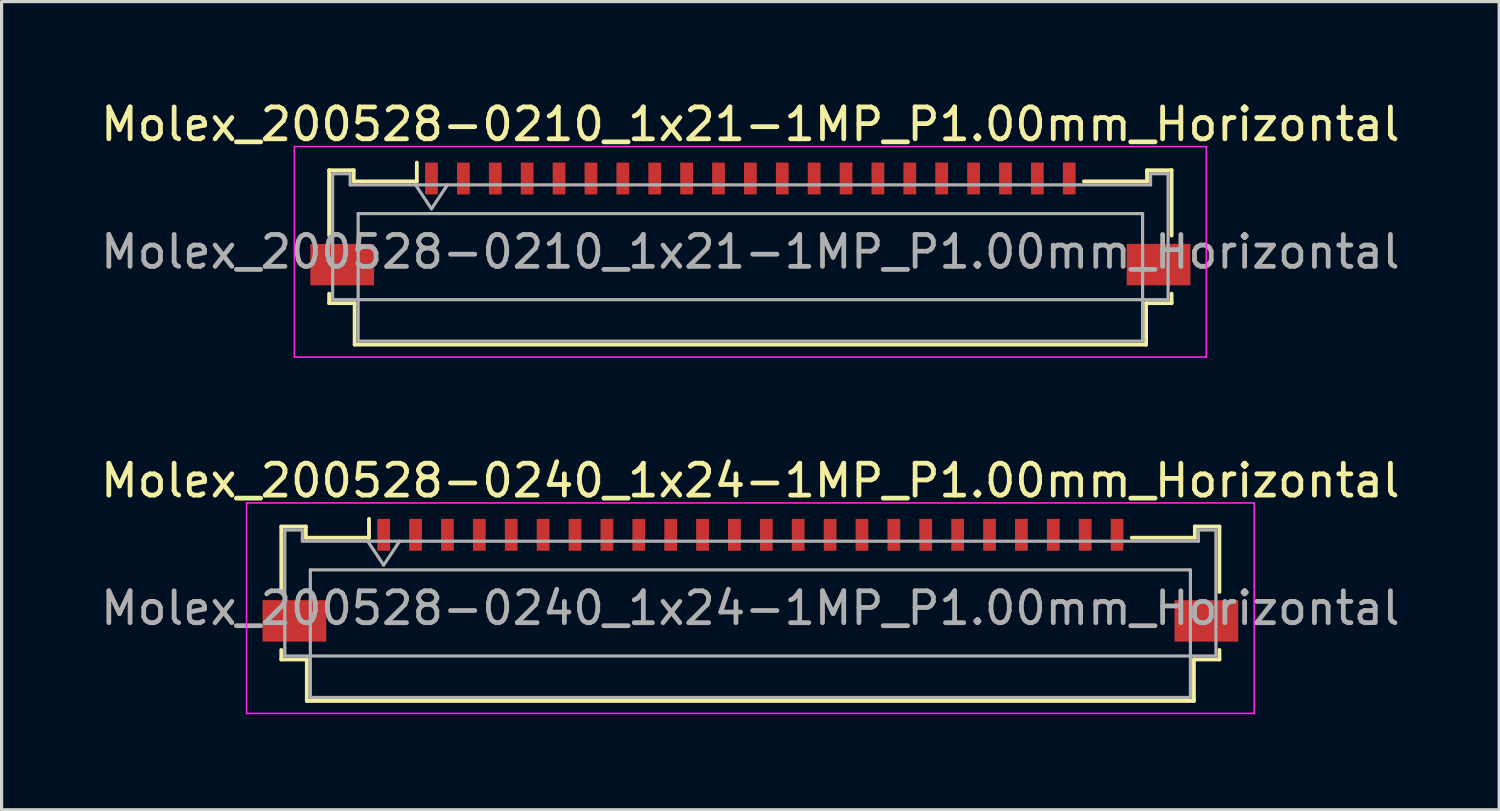
<source format=kicad_pcb>
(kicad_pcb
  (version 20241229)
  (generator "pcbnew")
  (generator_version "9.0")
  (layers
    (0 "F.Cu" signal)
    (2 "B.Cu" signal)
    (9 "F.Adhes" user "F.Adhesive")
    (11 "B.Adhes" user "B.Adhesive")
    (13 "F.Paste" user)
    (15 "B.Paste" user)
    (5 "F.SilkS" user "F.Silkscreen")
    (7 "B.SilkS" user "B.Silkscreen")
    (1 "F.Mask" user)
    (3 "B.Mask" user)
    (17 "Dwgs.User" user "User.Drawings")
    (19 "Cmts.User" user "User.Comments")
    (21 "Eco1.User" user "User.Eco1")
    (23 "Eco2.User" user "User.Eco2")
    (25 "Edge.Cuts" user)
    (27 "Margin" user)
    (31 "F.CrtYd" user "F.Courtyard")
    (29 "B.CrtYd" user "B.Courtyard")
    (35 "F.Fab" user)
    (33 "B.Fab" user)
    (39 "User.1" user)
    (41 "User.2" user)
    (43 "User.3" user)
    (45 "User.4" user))
  (footprint "Molex_200528-0240_1x24-1MP_P1.00mm_Horizontal"
    (layer "F.Cu")
    (at 20.482 14.632)
    (property "Reference" "Molex_200528-0240_1x24-1MP_P1.00mm_Horizontal" (at 0 -2.61 0) (layer "F.SilkS") (effects (font (size 1 1) (thickness 0.15))))
    (attr smd)
    (fp_line (start -14.71 -1.17) (end -14.71 0.88) (stroke (width 0.12) (type solid)) (layer "F.SilkS"))
    (fp_line (start -14.71 2.7) (end -14.71 3) (stroke (width 0.12) (type solid)) (layer "F.SilkS"))
    (fp_line (start -14.71 3) (end -13.91 3) (stroke (width 0.12) (type solid)) (layer "F.SilkS"))
    (fp_line (start -13.94 -1.17) (end -14.71 -1.17) (stroke (width 0.12) (type solid)) (layer "F.SilkS"))
    (fp_line (start -13.94 -0.82) (end -13.94 -1.17) (stroke (width 0.12) (type solid)) (layer "F.SilkS"))
    (fp_line (start -13.91 3) (end -13.91 4.3) (stroke (width 0.12) (type solid)) (layer "F.SilkS"))
    (fp_line (start -13.91 4.3) (end 13.91 4.3) (stroke (width 0.12) (type solid)) (layer "F.SilkS"))
    (fp_line (start -11.96 -1.41) (end -11.96 -0.82) (stroke (width 0.12) (type solid)) (layer "F.SilkS"))
    (fp_line (start -11.96 -0.82) (end -13.94 -0.82) (stroke (width 0.12) (type solid)) (layer "F.SilkS"))
    (fp_line (start 13.91 3) (end 14.71 3) (stroke (width 0.12) (type solid)) (layer "F.SilkS"))
    (fp_line (start 13.91 4.3) (end 13.91 3) (stroke (width 0.12) (type solid)) (layer "F.SilkS"))
    (fp_line (start 13.94 -1.17) (end 13.94 -0.82) (stroke (width 0.12) (type solid)) (layer "F.SilkS"))
    (fp_line (start 13.94 -0.82) (end 11.96 -0.82) (stroke (width 0.12) (type solid)) (layer "F.SilkS"))
    (fp_line (start 14.71 -1.17) (end 13.94 -1.17) (stroke (width 0.12) (type solid)) (layer "F.SilkS"))
    (fp_line (start 14.71 0.88) (end 14.71 -1.17) (stroke (width 0.12) (type solid)) (layer "F.SilkS"))
    (fp_line (start 14.71 3) (end 14.71 2.7) (stroke (width 0.12) (type solid)) (layer "F.SilkS"))
    (fp_line (start -15.8 -1.91) (end -15.8 4.69) (stroke (width 0.05) (type solid)) (layer "F.CrtYd"))
    (fp_line (start -15.8 4.69) (end 15.8 4.69) (stroke (width 0.05) (type solid)) (layer "F.CrtYd"))
    (fp_line (start 15.8 -1.91) (end -15.8 -1.91) (stroke (width 0.05) (type solid)) (layer "F.CrtYd"))
    (fp_line (start 15.8 4.69) (end 15.8 -1.91) (stroke (width 0.05) (type solid)) (layer "F.CrtYd"))
    (fp_line (start -14.6 -1.06) (end -14.6 2.89) (stroke (width 0.1) (type solid)) (layer "F.Fab"))
    (fp_line (start -14.6 2.89) (end 14.6 2.89) (stroke (width 0.1) (type solid)) (layer "F.Fab"))
    (fp_line (start -14.05 -1.06) (end -14.6 -1.06) (stroke (width 0.1) (type solid)) (layer "F.Fab"))
    (fp_line (start -14.05 -0.71) (end -14.05 -1.06) (stroke (width 0.1) (type solid)) (layer "F.Fab"))
    (fp_line (start -13.8 0.19) (end -13.8 4.19) (stroke (width 0.1) (type solid)) (layer "F.Fab"))
    (fp_line (start -13.8 4.19) (end 13.8 4.19) (stroke (width 0.1) (type solid)) (layer "F.Fab"))
    (fp_line (start -12 -0.71) (end -11.5 0.04) (stroke (width 0.1) (type solid)) (layer "F.Fab"))
    (fp_line (start -11.5 0.04) (end -11 -0.71) (stroke (width 0.1) (type solid)) (layer "F.Fab"))
    (fp_line (start 13.8 0.19) (end -13.8 0.19) (stroke (width 0.1) (type solid)) (layer "F.Fab"))
    (fp_line (start 13.8 4.19) (end 13.8 0.19) (stroke (width 0.1) (type solid)) (layer "F.Fab"))
    (fp_line (start 14.05 -1.06) (end 14.05 -0.71) (stroke (width 0.1) (type solid)) (layer "F.Fab"))
    (fp_line (start 14.05 -0.71) (end -14.05 -0.71) (stroke (width 0.1) (type solid)) (layer "F.Fab"))
    (fp_line (start 14.6 -1.06) (end 14.05 -1.06) (stroke (width 0.1) (type solid)) (layer "F.Fab"))
    (fp_line (start 14.6 2.89) (end 14.6 -1.06) (stroke (width 0.1) (type solid)) (layer "F.Fab"))
    (fp_text user "${REFERENCE}" (at 0 1.39 0) (layer "F.Fab") (effects (font (size 1 1) (thickness 0.15))))
    (pad "1" smd rect (at -11.5 -0.91) (size 0.4 1) (layers "F.Cu" "F.Mask" "F.Paste"))
    (pad "2" smd rect (at -10.5 -0.91) (size 0.4 1) (layers "F.Cu" "F.Mask" "F.Paste"))
    (pad "3" smd rect (at -9.5 -0.91) (size 0.4 1) (layers "F.Cu" "F.Mask" "F.Paste"))
    (pad "4" smd rect (at -8.5 -0.91) (size 0.4 1) (layers "F.Cu" "F.Mask" "F.Paste"))
    (pad "5" smd rect (at -7.5 -0.91) (size 0.4 1) (layers "F.Cu" "F.Mask" "F.Paste"))
    (pad "6" smd rect (at -6.5 -0.91) (size 0.4 1) (layers "F.Cu" "F.Mask" "F.Paste"))
    (pad "7" smd rect (at -5.5 -0.91) (size 0.4 1) (layers "F.Cu" "F.Mask" "F.Paste"))
    (pad "8" smd rect (at -4.5 -0.91) (size 0.4 1) (layers "F.Cu" "F.Mask" "F.Paste"))
    (pad "9" smd rect (at -3.5 -0.91) (size 0.4 1) (layers "F.Cu" "F.Mask" "F.Paste"))
    (pad "10" smd rect (at -2.5 -0.91) (size 0.4 1) (layers "F.Cu" "F.Mask" "F.Paste"))
    (pad "11" smd rect (at -1.5 -0.91) (size 0.4 1) (layers "F.Cu" "F.Mask" "F.Paste"))
    (pad "12" smd rect (at -0.5 -0.91) (size 0.4 1) (layers "F.Cu" "F.Mask" "F.Paste"))
    (pad "13" smd rect (at 0.5 -0.91) (size 0.4 1) (layers "F.Cu" "F.Mask" "F.Paste"))
    (pad "14" smd rect (at 1.5 -0.91) (size 0.4 1) (layers "F.Cu" "F.Mask" "F.Paste"))
    (pad "15" smd rect (at 2.5 -0.91) (size 0.4 1) (layers "F.Cu" "F.Mask" "F.Paste"))
    (pad "16" smd rect (at 3.5 -0.91) (size 0.4 1) (layers "F.Cu" "F.Mask" "F.Paste"))
    (pad "17" smd rect (at 4.5 -0.91) (size 0.4 1) (layers "F.Cu" "F.Mask" "F.Paste"))
    (pad "18" smd rect (at 5.5 -0.91) (size 0.4 1) (layers "F.Cu" "F.Mask" "F.Paste"))
    (pad "19" smd rect (at 6.5 -0.91) (size 0.4 1) (layers "F.Cu" "F.Mask" "F.Paste"))
    (pad "20" smd rect (at 7.5 -0.91) (size 0.4 1) (layers "F.Cu" "F.Mask" "F.Paste"))
    (pad "21" smd rect (at 8.5 -0.91) (size 0.4 1) (layers "F.Cu" "F.Mask" "F.Paste"))
    (pad "22" smd rect (at 9.5 -0.91) (size 0.4 1) (layers "F.Cu" "F.Mask" "F.Paste"))
    (pad "23" smd rect (at 10.5 -0.91) (size 0.4 1) (layers "F.Cu" "F.Mask" "F.Paste"))
    (pad "24" smd rect (at 11.5 -0.91) (size 0.4 1) (layers "F.Cu" "F.Mask" "F.Paste"))
    (pad "MP" smd rect (at -14.3 1.79) (size 2 1.3) (layers "F.Cu" "F.Mask" "F.Paste"))
    (pad "MP" smd rect (at 14.3 1.79) (size 2 1.3) (layers "F.Cu" "F.Mask" "F.Paste")))
  (footprint "Molex_200528-0210_1x21-1MP_P1.00mm_Horizontal"
    (layer "F.Cu")
    (at 20.482 3.458)
    (property "Reference" "Molex_200528-0210_1x21-1MP_P1.00mm_Horizontal" (at 0 -2.61 0) (layer "F.SilkS") (effects (font (size 1 1) (thickness 0.15))))
    (attr smd)
    (fp_line (start -13.21 -1.17) (end -13.21 0.88) (stroke (width 0.12) (type solid)) (layer "F.SilkS"))
    (fp_line (start -13.21 2.7) (end -13.21 3) (stroke (width 0.12) (type solid)) (layer "F.SilkS"))
    (fp_line (start -13.21 3) (end -12.41 3) (stroke (width 0.12) (type solid)) (layer "F.SilkS"))
    (fp_line (start -12.44 -1.17) (end -13.21 -1.17) (stroke (width 0.12) (type solid)) (layer "F.SilkS"))
    (fp_line (start -12.44 -0.82) (end -12.44 -1.17) (stroke (width 0.12) (type solid)) (layer "F.SilkS"))
    (fp_line (start -12.41 3) (end -12.41 4.3) (stroke (width 0.12) (type solid)) (layer "F.SilkS"))
    (fp_line (start -12.41 4.3) (end 12.41 4.3) (stroke (width 0.12) (type solid)) (layer "F.SilkS"))
    (fp_line (start -10.46 -1.41) (end -10.46 -0.82) (stroke (width 0.12) (type solid)) (layer "F.SilkS"))
    (fp_line (start -10.46 -0.82) (end -12.44 -0.82) (stroke (width 0.12) (type solid)) (layer "F.SilkS"))
    (fp_line (start 12.41 3) (end 13.21 3) (stroke (width 0.12) (type solid)) (layer "F.SilkS"))
    (fp_line (start 12.41 4.3) (end 12.41 3) (stroke (width 0.12) (type solid)) (layer "F.SilkS"))
    (fp_line (start 12.44 -1.17) (end 12.44 -0.82) (stroke (width 0.12) (type solid)) (layer "F.SilkS"))
    (fp_line (start 12.44 -0.82) (end 10.46 -0.82) (stroke (width 0.12) (type solid)) (layer "F.SilkS"))
    (fp_line (start 13.21 -1.17) (end 12.44 -1.17) (stroke (width 0.12) (type solid)) (layer "F.SilkS"))
    (fp_line (start 13.21 0.88) (end 13.21 -1.17) (stroke (width 0.12) (type solid)) (layer "F.SilkS"))
    (fp_line (start 13.21 3) (end 13.21 2.7) (stroke (width 0.12) (type solid)) (layer "F.SilkS"))
    (fp_line (start -14.3 -1.91) (end -14.3 4.69) (stroke (width 0.05) (type solid)) (layer "F.CrtYd"))
    (fp_line (start -14.3 4.69) (end 14.3 4.69) (stroke (width 0.05) (type solid)) (layer "F.CrtYd"))
    (fp_line (start 14.3 -1.91) (end -14.3 -1.91) (stroke (width 0.05) (type solid)) (layer "F.CrtYd"))
    (fp_line (start 14.3 4.69) (end 14.3 -1.91) (stroke (width 0.05) (type solid)) (layer "F.CrtYd"))
    (fp_line (start -13.1 -1.06) (end -13.1 2.89) (stroke (width 0.1) (type solid)) (layer "F.Fab"))
    (fp_line (start -13.1 2.89) (end 13.1 2.89) (stroke (width 0.1) (type solid)) (layer "F.Fab"))
    (fp_line (start -12.55 -1.06) (end -13.1 -1.06) (stroke (width 0.1) (type solid)) (layer "F.Fab"))
    (fp_line (start -12.55 -0.71) (end -12.55 -1.06) (stroke (width 0.1) (type solid)) (layer "F.Fab"))
    (fp_line (start -12.3 0.19) (end -12.3 4.19) (stroke (width 0.1) (type solid)) (layer "F.Fab"))
    (fp_line (start -12.3 4.19) (end 12.3 4.19) (stroke (width 0.1) (type solid)) (layer "F.Fab"))
    (fp_line (start -10.5 -0.71) (end -10 0.04) (stroke (width 0.1) (type solid)) (layer "F.Fab"))
    (fp_line (start -10 0.04) (end -9.5 -0.71) (stroke (width 0.1) (type solid)) (layer "F.Fab"))
    (fp_line (start 12.3 0.19) (end -12.3 0.19) (stroke (width 0.1) (type solid)) (layer "F.Fab"))
    (fp_line (start 12.3 4.19) (end 12.3 0.19) (stroke (width 0.1) (type solid)) (layer "F.Fab"))
    (fp_line (start 12.55 -1.06) (end 12.55 -0.71) (stroke (width 0.1) (type solid)) (layer "F.Fab"))
    (fp_line (start 12.55 -0.71) (end -12.55 -0.71) (stroke (width 0.1) (type solid)) (layer "F.Fab"))
    (fp_line (start 13.1 -1.06) (end 12.55 -1.06) (stroke (width 0.1) (type solid)) (layer "F.Fab"))
    (fp_line (start 13.1 2.89) (end 13.1 -1.06) (stroke (width 0.1) (type solid)) (layer "F.Fab"))
    (fp_text user "${REFERENCE}" (at 0 1.39 0) (layer "F.Fab") (effects (font (size 1 1) (thickness 0.15))))
    (pad "1" smd rect (at -10 -0.91) (size 0.4 1) (layers "F.Cu" "F.Mask" "F.Paste"))
    (pad "2" smd rect (at -9 -0.91) (size 0.4 1) (layers "F.Cu" "F.Mask" "F.Paste"))
    (pad "3" smd rect (at -8 -0.91) (size 0.4 1) (layers "F.Cu" "F.Mask" "F.Paste"))
    (pad "4" smd rect (at -7 -0.91) (size 0.4 1) (layers "F.Cu" "F.Mask" "F.Paste"))
    (pad "5" smd rect (at -6 -0.91) (size 0.4 1) (layers "F.Cu" "F.Mask" "F.Paste"))
    (pad "6" smd rect (at -5 -0.91) (size 0.4 1) (layers "F.Cu" "F.Mask" "F.Paste"))
    (pad "7" smd rect (at -4 -0.91) (size 0.4 1) (layers "F.Cu" "F.Mask" "F.Paste"))
    (pad "8" smd rect (at -3 -0.91) (size 0.4 1) (layers "F.Cu" "F.Mask" "F.Paste"))
    (pad "9" smd rect (at -2 -0.91) (size 0.4 1) (layers "F.Cu" "F.Mask" "F.Paste"))
    (pad "10" smd rect (at -1 -0.91) (size 0.4 1) (layers "F.Cu" "F.Mask" "F.Paste"))
    (pad "11" smd rect (at 0 -0.91) (size 0.4 1) (layers "F.Cu" "F.Mask" "F.Paste"))
    (pad "12" smd rect (at 1 -0.91) (size 0.4 1) (layers "F.Cu" "F.Mask" "F.Paste"))
    (pad "13" smd rect (at 2 -0.91) (size 0.4 1) (layers "F.Cu" "F.Mask" "F.Paste"))
    (pad "14" smd rect (at 3 -0.91) (size 0.4 1) (layers "F.Cu" "F.Mask" "F.Paste"))
    (pad "15" smd rect (at 4 -0.91) (size 0.4 1) (layers "F.Cu" "F.Mask" "F.Paste"))
    (pad "16" smd rect (at 5 -0.91) (size 0.4 1) (layers "F.Cu" "F.Mask" "F.Paste"))
    (pad "17" smd rect (at 6 -0.91) (size 0.4 1) (layers "F.Cu" "F.Mask" "F.Paste"))
    (pad "18" smd rect (at 7 -0.91) (size 0.4 1) (layers "F.Cu" "F.Mask" "F.Paste"))
    (pad "19" smd rect (at 8 -0.91) (size 0.4 1) (layers "F.Cu" "F.Mask" "F.Paste"))
    (pad "20" smd rect (at 9 -0.91) (size 0.4 1) (layers "F.Cu" "F.Mask" "F.Paste"))
    (pad "21" smd rect (at 10 -0.91) (size 0.4 1) (layers "F.Cu" "F.Mask" "F.Paste"))
    (pad "MP" smd rect (at -12.8 1.79) (size 2 1.3) (layers "F.Cu" "F.Mask" "F.Paste"))
    (pad "MP" smd rect (at 12.8 1.79) (size 2 1.3) (layers "F.Cu" "F.Mask" "F.Paste")))
  (gr_rect
    (start -3 -3)
    (end 43.964 22.346)
    (stroke (width 0.1) (type default))
    (fill no)
    (layer "Edge.Cuts")))
</source>
